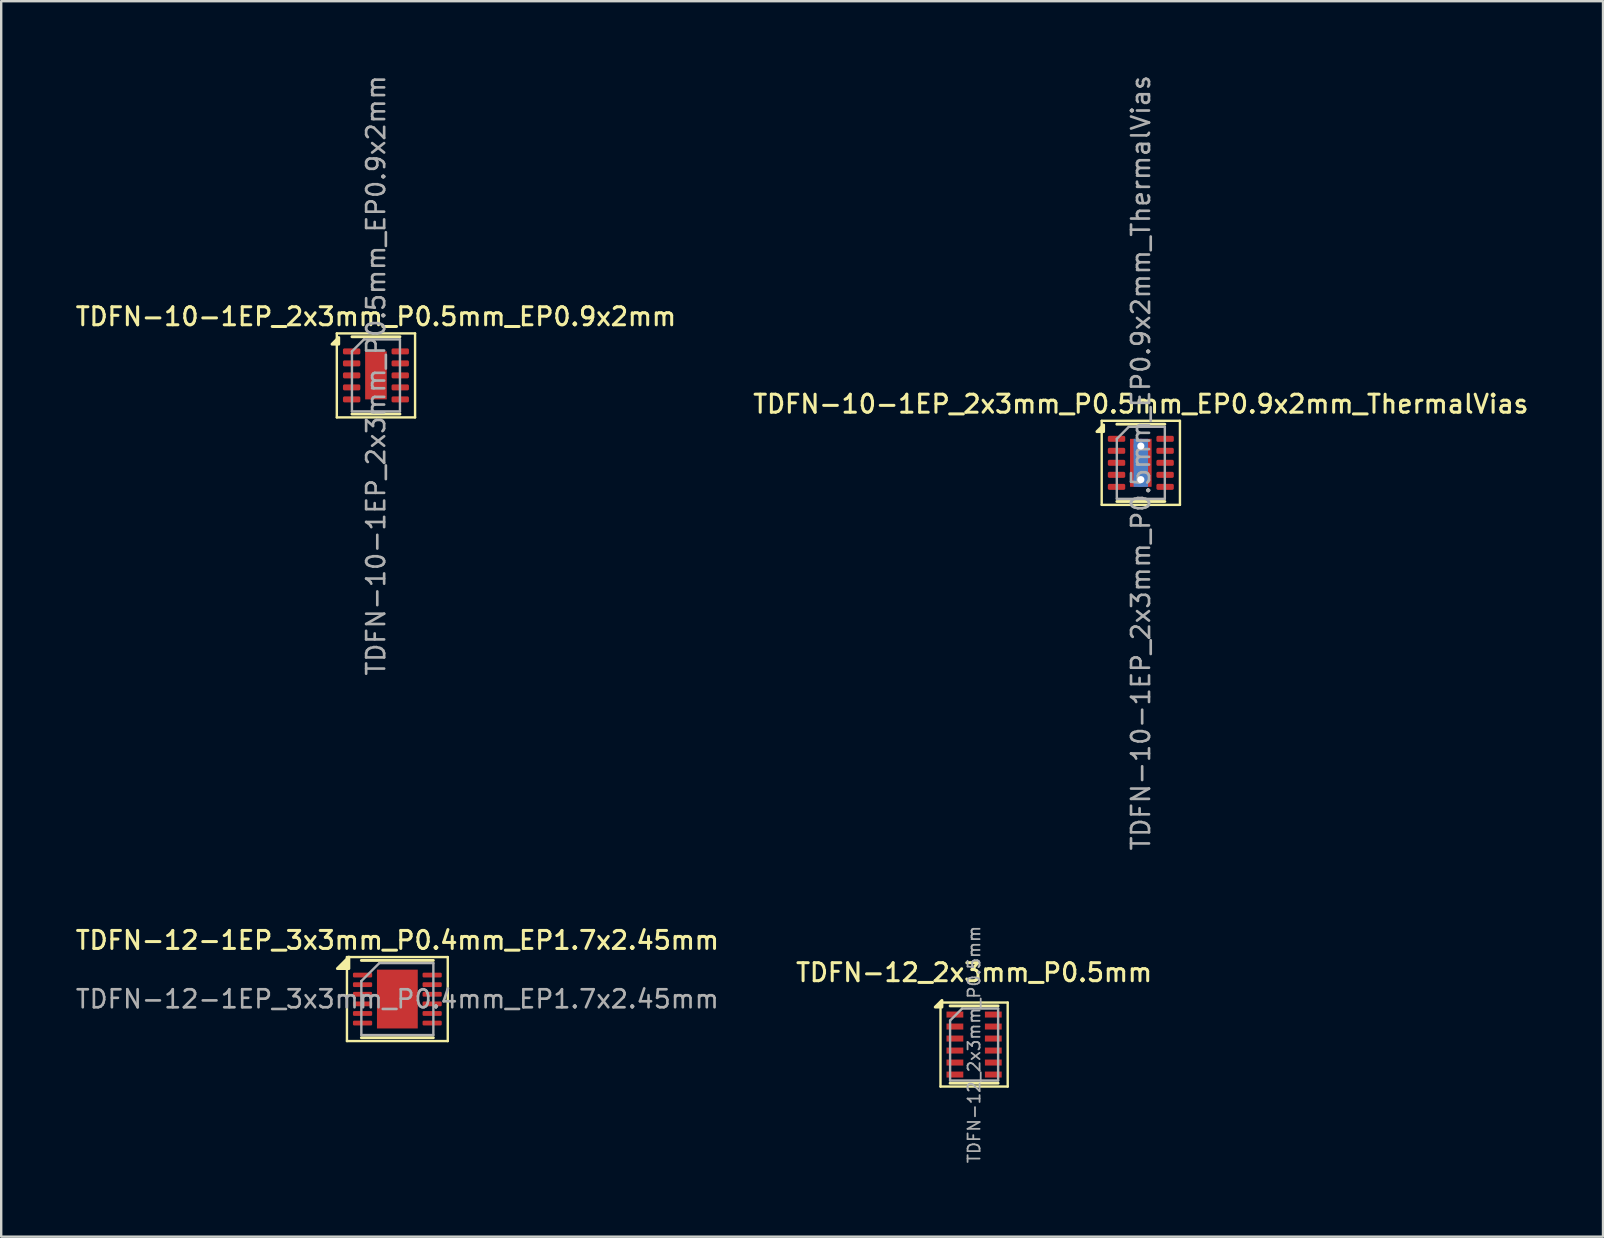
<source format=kicad_pcb>
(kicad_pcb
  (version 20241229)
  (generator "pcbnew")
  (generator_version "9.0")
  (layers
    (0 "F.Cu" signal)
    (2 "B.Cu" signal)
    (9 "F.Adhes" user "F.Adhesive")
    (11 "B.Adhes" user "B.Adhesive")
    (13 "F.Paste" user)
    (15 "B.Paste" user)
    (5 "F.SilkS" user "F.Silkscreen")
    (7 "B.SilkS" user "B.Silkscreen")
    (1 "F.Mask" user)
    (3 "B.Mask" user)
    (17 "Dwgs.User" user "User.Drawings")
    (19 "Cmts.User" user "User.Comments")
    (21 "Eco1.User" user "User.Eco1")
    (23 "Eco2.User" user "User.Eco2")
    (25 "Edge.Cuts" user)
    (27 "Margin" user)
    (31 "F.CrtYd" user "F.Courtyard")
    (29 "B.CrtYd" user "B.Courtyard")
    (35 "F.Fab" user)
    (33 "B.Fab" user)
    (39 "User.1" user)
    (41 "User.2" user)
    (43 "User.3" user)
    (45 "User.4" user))
  (footprint "TDFN-10-1EP_2x3mm_P0.5mm_EP0.9x2mm_ThermalVias"
    (layer "F.Cu")
    (at 44.48 16.233)
    (property "Reference" "TDFN-10-1EP_2x3mm_P0.5mm_EP0.9x2mm_ThermalVias" (at 0 -2.45 0) (layer "F.SilkS") (effects (font (size 0.75 0.75) (thickness 0.125))))
    (attr smd)
    (fp_line (start -1.63 -1.75) (end -1.63 1.75) (stroke (width 0.1) (type solid)) (layer "F.SilkS"))
    (fp_line (start -1.63 1.75) (end 1.63 1.75) (stroke (width 0.1) (type solid)) (layer "F.SilkS"))
    (fp_line (start -1 -1.61) (end 1 -1.61) (stroke (width 0.12) (type solid)) (layer "F.SilkS"))
    (fp_line (start -1 1.61) (end 1 1.61) (stroke (width 0.12) (type solid)) (layer "F.SilkS"))
    (fp_line (start 1.63 -1.75) (end -1.63 -1.75) (stroke (width 0.1) (type solid)) (layer "F.SilkS"))
    (fp_line (start 1.63 1.75) (end 1.63 -1.75) (stroke (width 0.1) (type solid)) (layer "F.SilkS"))
    (fp_poly (pts (xy -1.55 -1.3) (xy -1.83 -1.3) (xy -1.55 -1.58) (xy -1.55 -1.3)) (stroke (width 0.12) (type solid)) (fill yes) (layer "F.SilkS"))
    (fp_line (start -1 -1) (end -0.5 -1.5) (stroke (width 0.1) (type solid)) (layer "F.Fab"))
    (fp_line (start -1 1.5) (end -1 -1) (stroke (width 0.1) (type solid)) (layer "F.Fab"))
    (fp_line (start -0.5 -1.5) (end 1 -1.5) (stroke (width 0.1) (type solid)) (layer "F.Fab"))
    (fp_line (start 1 -1.5) (end 1 1.5) (stroke (width 0.1) (type solid)) (layer "F.Fab"))
    (fp_line (start 1 1.5) (end -1 1.5) (stroke (width 0.1) (type solid)) (layer "F.Fab"))
    (fp_text user "${REFERENCE}" (at 0 0 90) (layer "F.Fab") (effects (font (size 0.75 0.75) (thickness 0.11))))
    (pad "" smd roundrect (at 0 -0.5) (size 0.73 0.81) (layers "F.Paste") (roundrect_rratio 0.25))
    (pad "" smd roundrect (at 0 0.5) (size 0.73 0.81) (layers "F.Paste") (roundrect_rratio 0.25))
    (pad "1" smd roundrect (at -1.012 -1) (size 0.725 0.25) (layers "F.Cu" "F.Mask" "F.Paste") (roundrect_rratio 0.25))
    (pad "2" smd roundrect (at -1.012 -0.5) (size 0.725 0.25) (layers "F.Cu" "F.Mask" "F.Paste") (roundrect_rratio 0.25))
    (pad "3" smd roundrect (at -1.012 0) (size 0.725 0.25) (layers "F.Cu" "F.Mask" "F.Paste") (roundrect_rratio 0.25))
    (pad "4" smd roundrect (at -1.012 0.5) (size 0.725 0.25) (layers "F.Cu" "F.Mask" "F.Paste") (roundrect_rratio 0.25))
    (pad "5" smd roundrect (at -1.012 1) (size 0.725 0.25) (layers "F.Cu" "F.Mask" "F.Paste") (roundrect_rratio 0.25))
    (pad "6" smd roundrect (at 1.012 1) (size 0.725 0.25) (layers "F.Cu" "F.Mask" "F.Paste") (roundrect_rratio 0.25))
    (pad "7" smd roundrect (at 1.012 0.5) (size 0.725 0.25) (layers "F.Cu" "F.Mask" "F.Paste") (roundrect_rratio 0.25))
    (pad "8" smd roundrect (at 1.012 0) (size 0.725 0.25) (layers "F.Cu" "F.Mask" "F.Paste") (roundrect_rratio 0.25))
    (pad "9" smd roundrect (at 1.012 -0.5) (size 0.725 0.25) (layers "F.Cu" "F.Mask" "F.Paste") (roundrect_rratio 0.25))
    (pad "10" smd roundrect (at 1.012 -1) (size 0.725 0.25) (layers "F.Cu" "F.Mask" "F.Paste") (roundrect_rratio 0.25))
    (pad "11" thru_hole circle (at 0 -0.7) (size 0.6 0.6) (drill 0.3) (property pad_prop_heatsink) (layers "*.Cu"))
    (pad "11" smd rect (at 0 0) (size 0.6 2) (property pad_prop_heatsink) (layers "B.Cu"))
    (pad "11" smd rect (at 0 0) (size 0.9 2) (property pad_prop_heatsink) (layers "F.Cu" "F.Mask"))
    (pad "11" thru_hole circle (at 0 0.7) (size 0.6 0.6) (drill 0.3) (property pad_prop_heatsink) (layers "*.Cu")))
  (footprint "TDFN-12_2x3mm_P0.5mm"
    (layer "F.Cu")
    (at 37.534 40.469)
    (property "Reference" "TDFN-12_2x3mm_P0.5mm" (at 0 -3 0) (layer "F.SilkS") (effects (font (size 0.75 0.75) (thickness 0.125))))
    (attr smd)
    (fp_line (start -1.4 -1.75) (end -1.4 1.75) (stroke (width 0.1) (type solid)) (layer "F.SilkS"))
    (fp_line (start -1.4 1.75) (end 1.4 1.75) (stroke (width 0.1) (type solid)) (layer "F.SilkS"))
    (fp_line (start 1 -1.61) (end -1 -1.61) (stroke (width 0.12) (type solid)) (layer "F.SilkS"))
    (fp_line (start 1 1.61) (end -1 1.61) (stroke (width 0.12) (type solid)) (layer "F.SilkS"))
    (fp_line (start 1.4 -1.75) (end -1.4 -1.75) (stroke (width 0.1) (type solid)) (layer "F.SilkS"))
    (fp_line (start 1.4 1.75) (end 1.4 -1.75) (stroke (width 0.1) (type solid)) (layer "F.SilkS"))
    (fp_poly (pts (xy -1.34 -1.56) (xy -1.62 -1.56) (xy -1.34 -1.84) (xy -1.34 -1.56)) (stroke (width 0.12) (type solid)) (fill yes) (layer "F.SilkS"))
    (fp_line (start -1 1.5) (end -1 -1) (stroke (width 0.1) (type solid)) (layer "F.Fab"))
    (fp_line (start -0.5 -1.5) (end -1 -1) (stroke (width 0.1) (type solid)) (layer "F.Fab"))
    (fp_line (start -0.5 -1.5) (end 1 -1.5) (stroke (width 0.1) (type solid)) (layer "F.Fab"))
    (fp_line (start 1 -1.5) (end 1 1.5) (stroke (width 0.1) (type solid)) (layer "F.Fab"))
    (fp_line (start 1 1.5) (end -1 1.5) (stroke (width 0.1) (type solid)) (layer "F.Fab"))
    (fp_text user "${REFERENCE}" (at 0 0 90) (layer "F.Fab") (effects (font (size 0.5 0.5) (thickness 0.075))))
    (pad "1" smd rect (at -0.8 -1.25) (size 0.7 0.25) (layers "F.Cu" "F.Mask" "F.Paste"))
    (pad "2" smd rect (at -0.8 -0.75) (size 0.7 0.25) (layers "F.Cu" "F.Mask" "F.Paste"))
    (pad "3" smd rect (at -0.8 -0.25) (size 0.7 0.25) (layers "F.Cu" "F.Mask" "F.Paste"))
    (pad "4" smd rect (at -0.8 0.25) (size 0.7 0.25) (layers "F.Cu" "F.Mask" "F.Paste"))
    (pad "5" smd rect (at -0.8 0.75) (size 0.7 0.25) (layers "F.Cu" "F.Mask" "F.Paste"))
    (pad "6" smd rect (at -0.8 1.25) (size 0.7 0.25) (layers "F.Cu" "F.Mask" "F.Paste"))
    (pad "7" smd rect (at 0.8 1.25) (size 0.7 0.25) (layers "F.Cu" "F.Mask" "F.Paste"))
    (pad "8" smd rect (at 0.8 0.75) (size 0.7 0.25) (layers "F.Cu" "F.Mask" "F.Paste"))
    (pad "9" smd rect (at 0.8 0.25) (size 0.7 0.25) (layers "F.Cu" "F.Mask" "F.Paste"))
    (pad "10" smd rect (at 0.8 -0.25) (size 0.7 0.25) (layers "F.Cu" "F.Mask" "F.Paste"))
    (pad "11" smd rect (at 0.8 -0.75) (size 0.7 0.25) (layers "F.Cu" "F.Mask" "F.Paste"))
    (pad "12" smd rect (at 0.8 -1.25) (size 0.7 0.25) (layers "F.Cu" "F.Mask" "F.Paste")))
  (footprint "TDFN-10-1EP_2x3mm_P0.5mm_EP0.9x2mm"
    (layer "F.Cu")
    (at 12.613 12.59)
    (property "Reference" "TDFN-10-1EP_2x3mm_P0.5mm_EP0.9x2mm" (at 0 -2.45 0) (layer "F.SilkS") (effects (font (size 0.75 0.75) (thickness 0.125))))
    (attr smd)
    (fp_line (start -1.63 -1.75) (end -1.63 1.75) (stroke (width 0.1) (type solid)) (layer "F.SilkS"))
    (fp_line (start -1.63 1.75) (end 1.63 1.75) (stroke (width 0.1) (type solid)) (layer "F.SilkS"))
    (fp_line (start -1 -1.61) (end 1 -1.61) (stroke (width 0.12) (type solid)) (layer "F.SilkS"))
    (fp_line (start -1 1.61) (end 1 1.61) (stroke (width 0.12) (type solid)) (layer "F.SilkS"))
    (fp_line (start 1.63 -1.75) (end -1.63 -1.75) (stroke (width 0.1) (type solid)) (layer "F.SilkS"))
    (fp_line (start 1.63 1.75) (end 1.63 -1.75) (stroke (width 0.1) (type solid)) (layer "F.SilkS"))
    (fp_poly (pts (xy -1.55 -1.3) (xy -1.83 -1.3) (xy -1.55 -1.58) (xy -1.55 -1.3)) (stroke (width 0.12) (type solid)) (fill yes) (layer "F.SilkS"))
    (fp_line (start -1 -1) (end -0.5 -1.5) (stroke (width 0.1) (type solid)) (layer "F.Fab"))
    (fp_line (start -1 1.5) (end -1 -1) (stroke (width 0.1) (type solid)) (layer "F.Fab"))
    (fp_line (start -0.5 -1.5) (end 1 -1.5) (stroke (width 0.1) (type solid)) (layer "F.Fab"))
    (fp_line (start 1 -1.5) (end 1 1.5) (stroke (width 0.1) (type solid)) (layer "F.Fab"))
    (fp_line (start 1 1.5) (end -1 1.5) (stroke (width 0.1) (type solid)) (layer "F.Fab"))
    (fp_text user "${REFERENCE}" (at 0 0 90) (layer "F.Fab") (effects (font (size 0.75 0.75) (thickness 0.11))))
    (pad "" smd roundrect (at 0 -0.5) (size 0.73 0.81) (layers "F.Paste") (roundrect_rratio 0.25))
    (pad "" smd roundrect (at 0 0.5) (size 0.73 0.81) (layers "F.Paste") (roundrect_rratio 0.25))
    (pad "1" smd roundrect (at -1.012 -1) (size 0.725 0.25) (layers "F.Cu" "F.Mask" "F.Paste") (roundrect_rratio 0.25))
    (pad "2" smd roundrect (at -1.012 -0.5) (size 0.725 0.25) (layers "F.Cu" "F.Mask" "F.Paste") (roundrect_rratio 0.25))
    (pad "3" smd roundrect (at -1.012 0) (size 0.725 0.25) (layers "F.Cu" "F.Mask" "F.Paste") (roundrect_rratio 0.25))
    (pad "4" smd roundrect (at -1.012 0.5) (size 0.725 0.25) (layers "F.Cu" "F.Mask" "F.Paste") (roundrect_rratio 0.25))
    (pad "5" smd roundrect (at -1.012 1) (size 0.725 0.25) (layers "F.Cu" "F.Mask" "F.Paste") (roundrect_rratio 0.25))
    (pad "6" smd roundrect (at 1.012 1) (size 0.725 0.25) (layers "F.Cu" "F.Mask" "F.Paste") (roundrect_rratio 0.25))
    (pad "7" smd roundrect (at 1.012 0.5) (size 0.725 0.25) (layers "F.Cu" "F.Mask" "F.Paste") (roundrect_rratio 0.25))
    (pad "8" smd roundrect (at 1.012 0) (size 0.725 0.25) (layers "F.Cu" "F.Mask" "F.Paste") (roundrect_rratio 0.25))
    (pad "9" smd roundrect (at 1.012 -0.5) (size 0.725 0.25) (layers "F.Cu" "F.Mask" "F.Paste") (roundrect_rratio 0.25))
    (pad "10" smd roundrect (at 1.012 -1) (size 0.725 0.25) (layers "F.Cu" "F.Mask" "F.Paste") (roundrect_rratio 0.25))
    (pad "11" smd rect (at 0 0) (size 0.9 2) (property pad_prop_heatsink) (layers "F.Cu" "F.Mask")))
  (footprint "TDFN-12-1EP_3x3mm_P0.4mm_EP1.7x2.45mm"
    (layer "F.Cu")
    (at 13.505 38.574)
    (property "Reference" "TDFN-12-1EP_3x3mm_P0.4mm_EP1.7x2.45mm" (at 0 -2.45 0) (layer "F.SilkS") (effects (font (size 0.75 0.75) (thickness 0.125))))
    (attr smd)
    (fp_line (start -2.1 -1.75) (end -2.1 1.75) (stroke (width 0.1) (type solid)) (layer "F.SilkS"))
    (fp_line (start -2.1 1.75) (end 2.1 1.75) (stroke (width 0.1) (type solid)) (layer "F.SilkS"))
    (fp_line (start -1.5 -1.61) (end 1.5 -1.61) (stroke (width 0.12) (type solid)) (layer "F.SilkS"))
    (fp_line (start -1.5 1.61) (end 1.5 1.61) (stroke (width 0.12) (type solid)) (layer "F.SilkS"))
    (fp_line (start 2.1 -1.75) (end -2.1 -1.75) (stroke (width 0.1) (type solid)) (layer "F.SilkS"))
    (fp_line (start 2.1 1.75) (end 2.1 -1.75) (stroke (width 0.1) (type solid)) (layer "F.SilkS"))
    (fp_poly (pts (xy -2.02 -1.27) (xy -2.5 -1.27) (xy -2.02 -1.75) (xy -2.02 -1.27)) (stroke (width 0.12) (type solid)) (fill yes) (layer "F.SilkS"))
    (fp_line (start -1.5 -0.75) (end -0.75 -1.5) (stroke (width 0.1) (type solid)) (layer "F.Fab"))
    (fp_line (start -1.5 1.5) (end -1.5 -0.75) (stroke (width 0.1) (type solid)) (layer "F.Fab"))
    (fp_line (start -0.75 -1.5) (end 1.5 -1.5) (stroke (width 0.1) (type solid)) (layer "F.Fab"))
    (fp_line (start 1.5 -1.5) (end 1.5 1.5) (stroke (width 0.1) (type solid)) (layer "F.Fab"))
    (fp_line (start 1.5 1.5) (end -1.5 1.5) (stroke (width 0.1) (type solid)) (layer "F.Fab"))
    (fp_text user "${REFERENCE}" (at 0 0 0) (layer "F.Fab") (effects (font (size 0.75 0.75) (thickness 0.11))))
    (pad "" smd roundrect (at -0.57 -0.915) (size 0.46 0.49) (layers "F.Paste") (roundrect_rratio 0.25))
    (pad "" smd roundrect (at -0.57 -0.305) (size 0.46 0.49) (layers "F.Paste") (roundrect_rratio 0.25))
    (pad "" smd roundrect (at -0.57 0.305) (size 0.46 0.49) (layers "F.Paste") (roundrect_rratio 0.25))
    (pad "" smd roundrect (at -0.57 0.915) (size 0.46 0.49) (layers "F.Paste") (roundrect_rratio 0.25))
    (pad "" smd roundrect (at 0 -0.915) (size 0.46 0.49) (layers "F.Paste") (roundrect_rratio 0.25))
    (pad "" smd roundrect (at 0 -0.305) (size 0.46 0.49) (layers "F.Paste") (roundrect_rratio 0.25))
    (pad "" smd roundrect (at 0 0.305) (size 0.46 0.49) (layers "F.Paste") (roundrect_rratio 0.25))
    (pad "" smd roundrect (at 0 0.915) (size 0.46 0.49) (layers "F.Paste") (roundrect_rratio 0.25))
    (pad "" smd roundrect (at 0.57 -0.915) (size 0.46 0.49) (layers "F.Paste") (roundrect_rratio 0.25))
    (pad "" smd roundrect (at 0.57 -0.305) (size 0.46 0.49) (layers "F.Paste") (roundrect_rratio 0.25))
    (pad "" smd roundrect (at 0.57 0.305) (size 0.46 0.49) (layers "F.Paste") (roundrect_rratio 0.25))
    (pad "" smd roundrect (at 0.57 0.915) (size 0.46 0.49) (layers "F.Paste") (roundrect_rratio 0.25))
    (pad "1" smd roundrect (at -1.45 -1) (size 0.8 0.2) (layers "F.Cu" "F.Mask" "F.Paste") (roundrect_rratio 0.25))
    (pad "2" smd roundrect (at -1.45 -0.6) (size 0.8 0.2) (layers "F.Cu" "F.Mask" "F.Paste") (roundrect_rratio 0.25))
    (pad "3" smd roundrect (at -1.45 -0.2) (size 0.8 0.2) (layers "F.Cu" "F.Mask" "F.Paste") (roundrect_rratio 0.25))
    (pad "4" smd roundrect (at -1.45 0.2) (size 0.8 0.2) (layers "F.Cu" "F.Mask" "F.Paste") (roundrect_rratio 0.25))
    (pad "5" smd roundrect (at -1.45 0.6) (size 0.8 0.2) (layers "F.Cu" "F.Mask" "F.Paste") (roundrect_rratio 0.25))
    (pad "6" smd roundrect (at -1.45 1) (size 0.8 0.2) (layers "F.Cu" "F.Mask" "F.Paste") (roundrect_rratio 0.25))
    (pad "7" smd roundrect (at 1.45 1) (size 0.8 0.2) (layers "F.Cu" "F.Mask" "F.Paste") (roundrect_rratio 0.25))
    (pad "8" smd roundrect (at 1.45 0.6) (size 0.8 0.2) (layers "F.Cu" "F.Mask" "F.Paste") (roundrect_rratio 0.25))
    (pad "9" smd roundrect (at 1.45 0.2) (size 0.8 0.2) (layers "F.Cu" "F.Mask" "F.Paste") (roundrect_rratio 0.25))
    (pad "10" smd roundrect (at 1.45 -0.2) (size 0.8 0.2) (layers "F.Cu" "F.Mask" "F.Paste") (roundrect_rratio 0.25))
    (pad "11" smd roundrect (at 1.45 -0.6) (size 0.8 0.2) (layers "F.Cu" "F.Mask" "F.Paste") (roundrect_rratio 0.25))
    (pad "12" smd roundrect (at 1.45 -1) (size 0.8 0.2) (layers "F.Cu" "F.Mask" "F.Paste") (roundrect_rratio 0.25))
    (pad "13" smd rect (at 0 0) (size 1.7 2.45) (property pad_prop_heatsink) (layers "F.Cu" "F.Mask")))
  (gr_rect
    (start -3 -3)
    (end 63.736 48.472)
    (stroke (width 0.1) (type default))
    (fill no)
    (layer "Edge.Cuts")))
</source>
